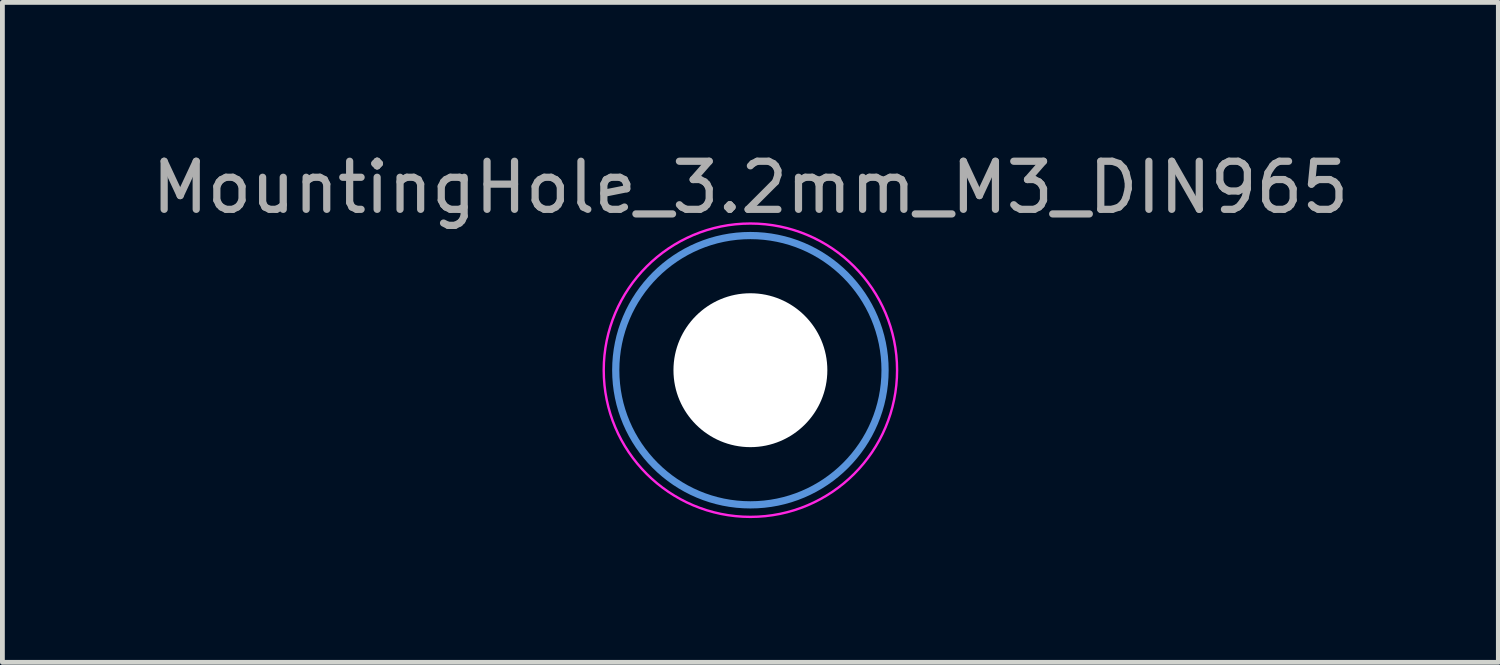
<source format=kicad_pcb>
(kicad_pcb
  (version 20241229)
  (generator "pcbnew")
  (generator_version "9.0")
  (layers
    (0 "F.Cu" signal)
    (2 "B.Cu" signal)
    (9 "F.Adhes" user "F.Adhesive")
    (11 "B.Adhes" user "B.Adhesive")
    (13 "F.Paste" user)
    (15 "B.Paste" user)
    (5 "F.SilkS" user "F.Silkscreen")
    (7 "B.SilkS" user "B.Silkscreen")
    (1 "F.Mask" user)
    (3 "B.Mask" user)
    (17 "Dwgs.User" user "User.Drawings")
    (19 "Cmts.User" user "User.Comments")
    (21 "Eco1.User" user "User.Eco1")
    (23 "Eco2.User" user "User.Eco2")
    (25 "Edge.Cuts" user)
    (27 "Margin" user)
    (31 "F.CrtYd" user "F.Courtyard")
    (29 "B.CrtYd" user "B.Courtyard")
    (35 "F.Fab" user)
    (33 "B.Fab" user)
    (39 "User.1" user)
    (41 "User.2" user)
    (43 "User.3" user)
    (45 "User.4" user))
  (footprint "MountingHole_3.2mm_M3_DIN965"
    (layer "F.Cu")
    (at 12.554 4.648)
    (property "Reference" "MountingHole_3.2mm_M3_DIN965" (at 0 -3.8 0) (layer "F.Fab") (effects (font (size 1 1) (thickness 0.15))))
    (attr board_only exclude_from_pos_files exclude_from_bom)
    (fp_circle (center 0 0) (end 2.8 0) (stroke (width 0.15) (type solid)) (fill no) (layer "Cmts.User"))
    (fp_circle (center 0 0) (end 3.05 0) (stroke (width 0.05) (type solid)) (fill no) (layer "F.CrtYd"))
    (pad "" np_thru_hole circle (at 0 0) (size 3.2 3.2) (drill 3.2) (layers "*.Cu" "*.Mask")))
  (gr_rect
    (start -3 -3)
    (end 28.107 10.723)
    (stroke (width 0.1) (type default))
    (fill no)
    (layer "Edge.Cuts")))
</source>
